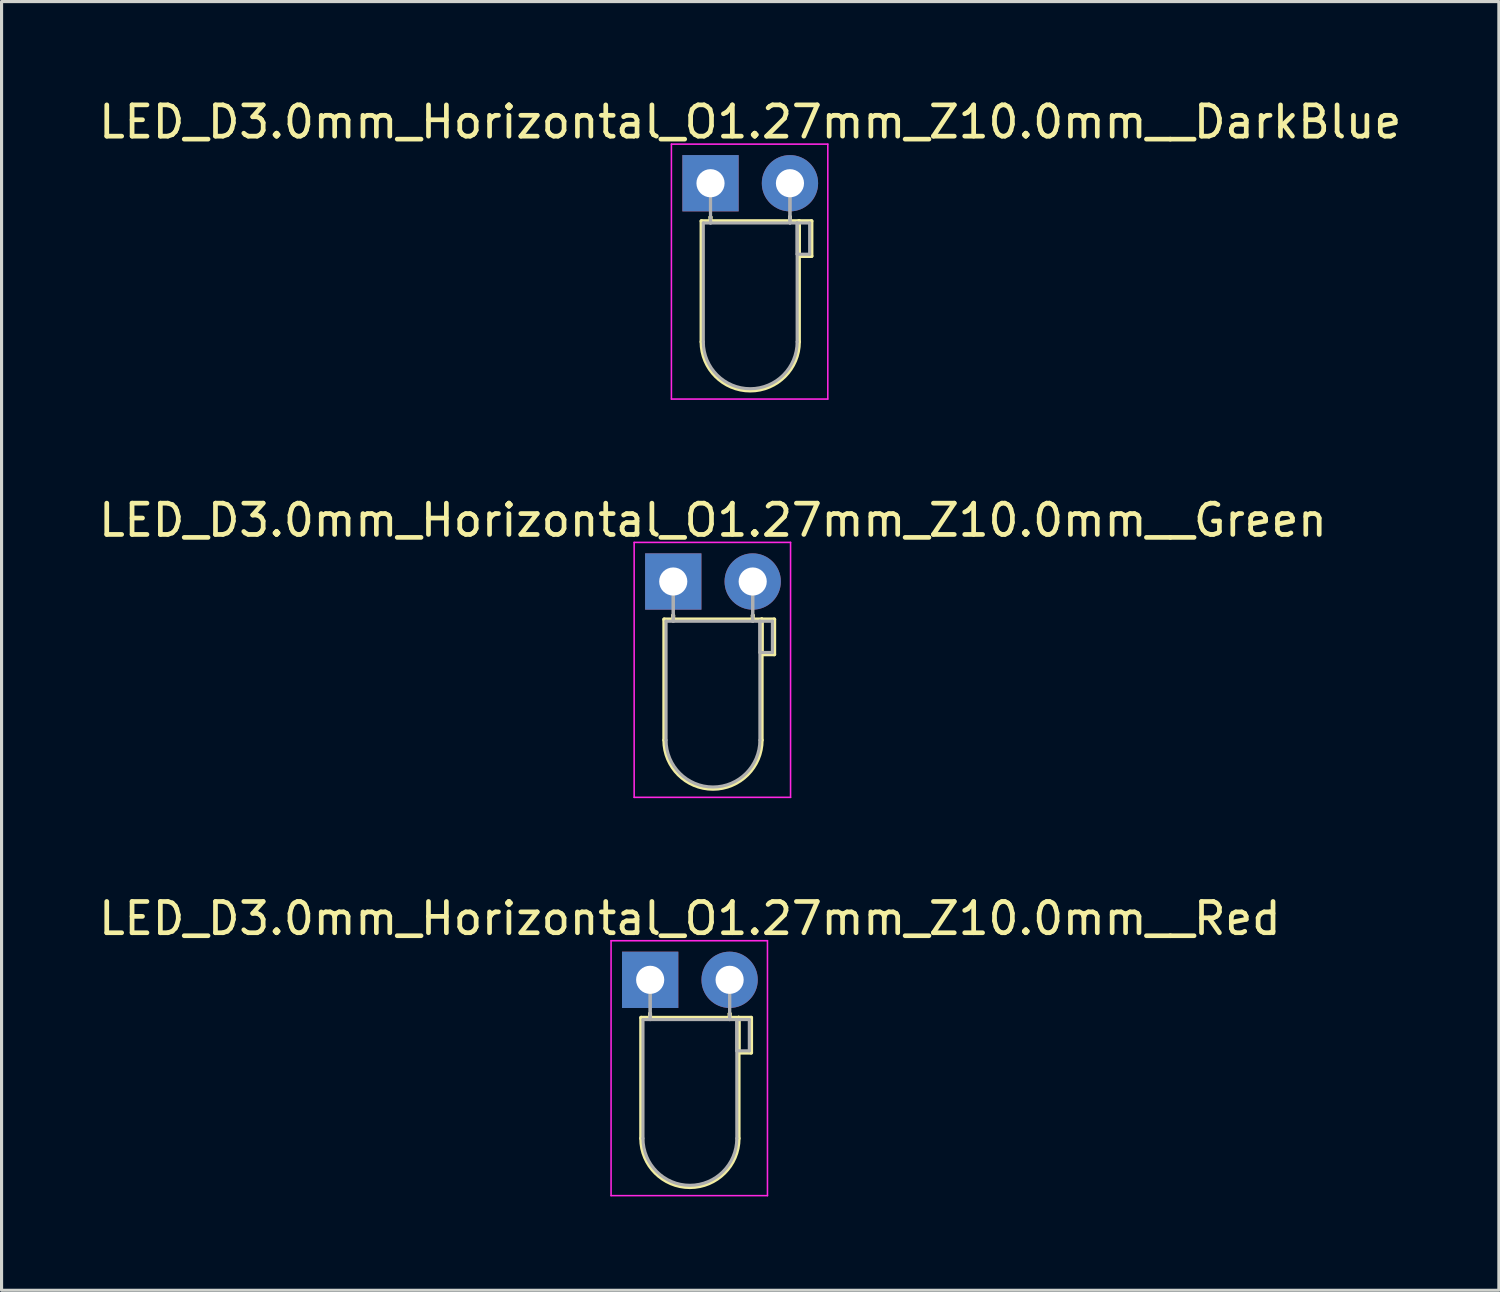
<source format=kicad_pcb>
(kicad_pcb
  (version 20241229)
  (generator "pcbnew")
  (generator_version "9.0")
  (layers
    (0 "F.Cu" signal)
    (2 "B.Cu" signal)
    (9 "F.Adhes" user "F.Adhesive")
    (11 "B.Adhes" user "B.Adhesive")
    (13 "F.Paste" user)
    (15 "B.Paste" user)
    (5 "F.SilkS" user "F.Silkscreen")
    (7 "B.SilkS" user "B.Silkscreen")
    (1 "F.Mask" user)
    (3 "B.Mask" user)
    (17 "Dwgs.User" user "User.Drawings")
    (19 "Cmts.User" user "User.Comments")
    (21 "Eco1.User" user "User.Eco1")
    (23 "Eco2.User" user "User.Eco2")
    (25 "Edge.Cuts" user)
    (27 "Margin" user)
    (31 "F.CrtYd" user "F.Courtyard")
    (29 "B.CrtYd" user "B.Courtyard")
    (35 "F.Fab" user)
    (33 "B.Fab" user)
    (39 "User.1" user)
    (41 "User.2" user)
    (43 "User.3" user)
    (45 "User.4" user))
  (footprint "LED_D3.0mm_Horizontal_O1.27mm_Z10.0mm__Green"
    (layer "F.Cu")
    (at 18.474 15.541)
    (property "Reference" "LED_D3.0mm_Horizontal_O1.27mm_Z10.0mm__Green" (at 1.27 -1.96 0) (layer "F.SilkS") (effects (font (size 1 1) (thickness 0.15))))
    (attr through_hole)
    (fp_line (start -0.29 1.21) (end -0.29 5.07) (stroke (width 0.12) (type solid)) (layer "F.SilkS"))
    (fp_line (start -0.29 1.21) (end 2.83 1.21) (stroke (width 0.12) (type solid)) (layer "F.SilkS"))
    (fp_line (start 0 1.08) (end 0 1.08) (stroke (width 0.12) (type solid)) (layer "F.SilkS"))
    (fp_line (start 0 1.08) (end 0 1.21) (stroke (width 0.12) (type solid)) (layer "F.SilkS"))
    (fp_line (start 0 1.21) (end 0 1.08) (stroke (width 0.12) (type solid)) (layer "F.SilkS"))
    (fp_line (start 0 1.21) (end 0 1.21) (stroke (width 0.12) (type solid)) (layer "F.SilkS"))
    (fp_line (start 2.54 1.08) (end 2.54 1.08) (stroke (width 0.12) (type solid)) (layer "F.SilkS"))
    (fp_line (start 2.54 1.08) (end 2.54 1.21) (stroke (width 0.12) (type solid)) (layer "F.SilkS"))
    (fp_line (start 2.54 1.21) (end 2.54 1.08) (stroke (width 0.12) (type solid)) (layer "F.SilkS"))
    (fp_line (start 2.54 1.21) (end 2.54 1.21) (stroke (width 0.12) (type solid)) (layer "F.SilkS"))
    (fp_line (start 2.83 1.21) (end 2.83 5.07) (stroke (width 0.12) (type solid)) (layer "F.SilkS"))
    (fp_line (start 2.83 1.21) (end 3.23 1.21) (stroke (width 0.12) (type solid)) (layer "F.SilkS"))
    (fp_line (start 2.83 2.33) (end 2.83 1.21) (stroke (width 0.12) (type solid)) (layer "F.SilkS"))
    (fp_line (start 3.23 1.21) (end 3.23 2.33) (stroke (width 0.12) (type solid)) (layer "F.SilkS"))
    (fp_line (start 3.23 2.33) (end 2.83 2.33) (stroke (width 0.12) (type solid)) (layer "F.SilkS"))
    (fp_arc (start 2.83 5.07) (mid 1.27 6.63) (end -0.29 5.07) (stroke (width 0.12) (type solid)) (layer "F.SilkS"))
    (fp_line (start -1.25 -1.25) (end -1.25 6.9) (stroke (width 0.05) (type solid)) (layer "F.CrtYd"))
    (fp_line (start -1.25 6.9) (end 3.75 6.9) (stroke (width 0.05) (type solid)) (layer "F.CrtYd"))
    (fp_line (start 3.75 -1.25) (end -1.25 -1.25) (stroke (width 0.05) (type solid)) (layer "F.CrtYd"))
    (fp_line (start 3.75 6.9) (end 3.75 -1.25) (stroke (width 0.05) (type solid)) (layer "F.CrtYd"))
    (fp_line (start -0.23 1.27) (end -0.23 5.07) (stroke (width 0.1) (type solid)) (layer "F.Fab"))
    (fp_line (start -0.23 1.27) (end 2.77 1.27) (stroke (width 0.1) (type solid)) (layer "F.Fab"))
    (fp_line (start 0 0) (end 0 0) (stroke (width 0.1) (type solid)) (layer "F.Fab"))
    (fp_line (start 0 0) (end 0 1.27) (stroke (width 0.1) (type solid)) (layer "F.Fab"))
    (fp_line (start 0 1.27) (end 0 0) (stroke (width 0.1) (type solid)) (layer "F.Fab"))
    (fp_line (start 0 1.27) (end 0 1.27) (stroke (width 0.1) (type solid)) (layer "F.Fab"))
    (fp_line (start 2.54 0) (end 2.54 0) (stroke (width 0.1) (type solid)) (layer "F.Fab"))
    (fp_line (start 2.54 0) (end 2.54 1.27) (stroke (width 0.1) (type solid)) (layer "F.Fab"))
    (fp_line (start 2.54 1.27) (end 2.54 0) (stroke (width 0.1) (type solid)) (layer "F.Fab"))
    (fp_line (start 2.54 1.27) (end 2.54 1.27) (stroke (width 0.1) (type solid)) (layer "F.Fab"))
    (fp_line (start 2.77 1.27) (end 2.77 5.07) (stroke (width 0.1) (type solid)) (layer "F.Fab"))
    (fp_line (start 2.77 1.27) (end 3.17 1.27) (stroke (width 0.1) (type solid)) (layer "F.Fab"))
    (fp_line (start 2.77 2.27) (end 2.77 1.27) (stroke (width 0.1) (type solid)) (layer "F.Fab"))
    (fp_line (start 3.17 1.27) (end 3.17 2.27) (stroke (width 0.1) (type solid)) (layer "F.Fab"))
    (fp_line (start 3.17 2.27) (end 2.77 2.27) (stroke (width 0.1) (type solid)) (layer "F.Fab"))
    (fp_arc (start 2.77 5.07) (mid 1.27 6.57) (end -0.23 5.07) (stroke (width 0.1) (type solid)) (layer "F.Fab"))
    (pad "1" thru_hole rect (at 0 0) (size 1.8 1.8) (drill 0.9) (layers "*.Cu" "*.Mask"))
    (pad "2" thru_hole circle (at 2.54 0) (size 1.8 1.8) (drill 0.9) (layers "*.Cu" "*.Mask")))
  (footprint "LED_D3.0mm_Horizontal_O1.27mm_Z10.0mm__DarkBlue"
    (layer "F.Cu")
    (at 19.665 2.808)
    (property "Reference" "LED_D3.0mm_Horizontal_O1.27mm_Z10.0mm__DarkBlue" (at 1.27 -1.96 0) (layer "F.SilkS") (effects (font (size 1 1) (thickness 0.15))))
    (attr through_hole)
    (fp_line (start -0.29 1.21) (end -0.29 5.07) (stroke (width 0.12) (type solid)) (layer "F.SilkS"))
    (fp_line (start -0.29 1.21) (end 2.83 1.21) (stroke (width 0.12) (type solid)) (layer "F.SilkS"))
    (fp_line (start 0 1.08) (end 0 1.08) (stroke (width 0.12) (type solid)) (layer "F.SilkS"))
    (fp_line (start 0 1.08) (end 0 1.21) (stroke (width 0.12) (type solid)) (layer "F.SilkS"))
    (fp_line (start 0 1.21) (end 0 1.08) (stroke (width 0.12) (type solid)) (layer "F.SilkS"))
    (fp_line (start 0 1.21) (end 0 1.21) (stroke (width 0.12) (type solid)) (layer "F.SilkS"))
    (fp_line (start 2.54 1.08) (end 2.54 1.08) (stroke (width 0.12) (type solid)) (layer "F.SilkS"))
    (fp_line (start 2.54 1.08) (end 2.54 1.21) (stroke (width 0.12) (type solid)) (layer "F.SilkS"))
    (fp_line (start 2.54 1.21) (end 2.54 1.08) (stroke (width 0.12) (type solid)) (layer "F.SilkS"))
    (fp_line (start 2.54 1.21) (end 2.54 1.21) (stroke (width 0.12) (type solid)) (layer "F.SilkS"))
    (fp_line (start 2.83 1.21) (end 2.83 5.07) (stroke (width 0.12) (type solid)) (layer "F.SilkS"))
    (fp_line (start 2.83 1.21) (end 3.23 1.21) (stroke (width 0.12) (type solid)) (layer "F.SilkS"))
    (fp_line (start 2.83 2.33) (end 2.83 1.21) (stroke (width 0.12) (type solid)) (layer "F.SilkS"))
    (fp_line (start 3.23 1.21) (end 3.23 2.33) (stroke (width 0.12) (type solid)) (layer "F.SilkS"))
    (fp_line (start 3.23 2.33) (end 2.83 2.33) (stroke (width 0.12) (type solid)) (layer "F.SilkS"))
    (fp_arc (start 2.83 5.07) (mid 1.27 6.63) (end -0.29 5.07) (stroke (width 0.12) (type solid)) (layer "F.SilkS"))
    (fp_line (start -1.25 -1.25) (end -1.25 6.9) (stroke (width 0.05) (type solid)) (layer "F.CrtYd"))
    (fp_line (start -1.25 6.9) (end 3.75 6.9) (stroke (width 0.05) (type solid)) (layer "F.CrtYd"))
    (fp_line (start 3.75 -1.25) (end -1.25 -1.25) (stroke (width 0.05) (type solid)) (layer "F.CrtYd"))
    (fp_line (start 3.75 6.9) (end 3.75 -1.25) (stroke (width 0.05) (type solid)) (layer "F.CrtYd"))
    (fp_line (start -0.23 1.27) (end -0.23 5.07) (stroke (width 0.1) (type solid)) (layer "F.Fab"))
    (fp_line (start -0.23 1.27) (end 2.77 1.27) (stroke (width 0.1) (type solid)) (layer "F.Fab"))
    (fp_line (start 0 0) (end 0 0) (stroke (width 0.1) (type solid)) (layer "F.Fab"))
    (fp_line (start 0 0) (end 0 1.27) (stroke (width 0.1) (type solid)) (layer "F.Fab"))
    (fp_line (start 0 1.27) (end 0 0) (stroke (width 0.1) (type solid)) (layer "F.Fab"))
    (fp_line (start 0 1.27) (end 0 1.27) (stroke (width 0.1) (type solid)) (layer "F.Fab"))
    (fp_line (start 2.54 0) (end 2.54 0) (stroke (width 0.1) (type solid)) (layer "F.Fab"))
    (fp_line (start 2.54 0) (end 2.54 1.27) (stroke (width 0.1) (type solid)) (layer "F.Fab"))
    (fp_line (start 2.54 1.27) (end 2.54 0) (stroke (width 0.1) (type solid)) (layer "F.Fab"))
    (fp_line (start 2.54 1.27) (end 2.54 1.27) (stroke (width 0.1) (type solid)) (layer "F.Fab"))
    (fp_line (start 2.77 1.27) (end 2.77 5.07) (stroke (width 0.1) (type solid)) (layer "F.Fab"))
    (fp_line (start 2.77 1.27) (end 3.17 1.27) (stroke (width 0.1) (type solid)) (layer "F.Fab"))
    (fp_line (start 2.77 2.27) (end 2.77 1.27) (stroke (width 0.1) (type solid)) (layer "F.Fab"))
    (fp_line (start 3.17 1.27) (end 3.17 2.27) (stroke (width 0.1) (type solid)) (layer "F.Fab"))
    (fp_line (start 3.17 2.27) (end 2.77 2.27) (stroke (width 0.1) (type solid)) (layer "F.Fab"))
    (fp_arc (start 2.77 5.07) (mid 1.27 6.57) (end -0.23 5.07) (stroke (width 0.1) (type solid)) (layer "F.Fab"))
    (pad "1" thru_hole rect (at 0 0) (size 1.8 1.8) (drill 0.9) (layers "*.Cu" "*.Mask"))
    (pad "2" thru_hole circle (at 2.54 0) (size 1.8 1.8) (drill 0.9) (layers "*.Cu" "*.Mask")))
  (footprint "LED_D3.0mm_Horizontal_O1.27mm_Z10.0mm__Red"
    (layer "F.Cu")
    (at 17.736 28.275)
    (property "Reference" "LED_D3.0mm_Horizontal_O1.27mm_Z10.0mm__Red" (at 1.27 -1.96 0) (layer "F.SilkS") (effects (font (size 1 1) (thickness 0.15))))
    (attr through_hole)
    (fp_line (start -0.29 1.21) (end -0.29 5.07) (stroke (width 0.12) (type solid)) (layer "F.SilkS"))
    (fp_line (start -0.29 1.21) (end 2.83 1.21) (stroke (width 0.12) (type solid)) (layer "F.SilkS"))
    (fp_line (start 0 1.08) (end 0 1.08) (stroke (width 0.12) (type solid)) (layer "F.SilkS"))
    (fp_line (start 0 1.08) (end 0 1.21) (stroke (width 0.12) (type solid)) (layer "F.SilkS"))
    (fp_line (start 0 1.21) (end 0 1.08) (stroke (width 0.12) (type solid)) (layer "F.SilkS"))
    (fp_line (start 0 1.21) (end 0 1.21) (stroke (width 0.12) (type solid)) (layer "F.SilkS"))
    (fp_line (start 2.54 1.08) (end 2.54 1.08) (stroke (width 0.12) (type solid)) (layer "F.SilkS"))
    (fp_line (start 2.54 1.08) (end 2.54 1.21) (stroke (width 0.12) (type solid)) (layer "F.SilkS"))
    (fp_line (start 2.54 1.21) (end 2.54 1.08) (stroke (width 0.12) (type solid)) (layer "F.SilkS"))
    (fp_line (start 2.54 1.21) (end 2.54 1.21) (stroke (width 0.12) (type solid)) (layer "F.SilkS"))
    (fp_line (start 2.83 1.21) (end 2.83 5.07) (stroke (width 0.12) (type solid)) (layer "F.SilkS"))
    (fp_line (start 2.83 1.21) (end 3.23 1.21) (stroke (width 0.12) (type solid)) (layer "F.SilkS"))
    (fp_line (start 2.83 2.33) (end 2.83 1.21) (stroke (width 0.12) (type solid)) (layer "F.SilkS"))
    (fp_line (start 3.23 1.21) (end 3.23 2.33) (stroke (width 0.12) (type solid)) (layer "F.SilkS"))
    (fp_line (start 3.23 2.33) (end 2.83 2.33) (stroke (width 0.12) (type solid)) (layer "F.SilkS"))
    (fp_arc (start 2.83 5.07) (mid 1.27 6.63) (end -0.29 5.07) (stroke (width 0.12) (type solid)) (layer "F.SilkS"))
    (fp_line (start -1.25 -1.25) (end -1.25 6.9) (stroke (width 0.05) (type solid)) (layer "F.CrtYd"))
    (fp_line (start -1.25 6.9) (end 3.75 6.9) (stroke (width 0.05) (type solid)) (layer "F.CrtYd"))
    (fp_line (start 3.75 -1.25) (end -1.25 -1.25) (stroke (width 0.05) (type solid)) (layer "F.CrtYd"))
    (fp_line (start 3.75 6.9) (end 3.75 -1.25) (stroke (width 0.05) (type solid)) (layer "F.CrtYd"))
    (fp_line (start -0.23 1.27) (end -0.23 5.07) (stroke (width 0.1) (type solid)) (layer "F.Fab"))
    (fp_line (start -0.23 1.27) (end 2.77 1.27) (stroke (width 0.1) (type solid)) (layer "F.Fab"))
    (fp_line (start 0 0) (end 0 0) (stroke (width 0.1) (type solid)) (layer "F.Fab"))
    (fp_line (start 0 0) (end 0 1.27) (stroke (width 0.1) (type solid)) (layer "F.Fab"))
    (fp_line (start 0 1.27) (end 0 0) (stroke (width 0.1) (type solid)) (layer "F.Fab"))
    (fp_line (start 0 1.27) (end 0 1.27) (stroke (width 0.1) (type solid)) (layer "F.Fab"))
    (fp_line (start 2.54 0) (end 2.54 0) (stroke (width 0.1) (type solid)) (layer "F.Fab"))
    (fp_line (start 2.54 0) (end 2.54 1.27) (stroke (width 0.1) (type solid)) (layer "F.Fab"))
    (fp_line (start 2.54 1.27) (end 2.54 0) (stroke (width 0.1) (type solid)) (layer "F.Fab"))
    (fp_line (start 2.54 1.27) (end 2.54 1.27) (stroke (width 0.1) (type solid)) (layer "F.Fab"))
    (fp_line (start 2.77 1.27) (end 2.77 5.07) (stroke (width 0.1) (type solid)) (layer "F.Fab"))
    (fp_line (start 2.77 1.27) (end 3.17 1.27) (stroke (width 0.1) (type solid)) (layer "F.Fab"))
    (fp_line (start 2.77 2.27) (end 2.77 1.27) (stroke (width 0.1) (type solid)) (layer "F.Fab"))
    (fp_line (start 3.17 1.27) (end 3.17 2.27) (stroke (width 0.1) (type solid)) (layer "F.Fab"))
    (fp_line (start 3.17 2.27) (end 2.77 2.27) (stroke (width 0.1) (type solid)) (layer "F.Fab"))
    (fp_arc (start 2.77 5.07) (mid 1.27 6.57) (end -0.23 5.07) (stroke (width 0.1) (type solid)) (layer "F.Fab"))
    (pad "1" thru_hole rect (at 0 0) (size 1.8 1.8) (drill 0.9) (layers "*.Cu" "*.Mask"))
    (pad "2" thru_hole circle (at 2.54 0) (size 1.8 1.8) (drill 0.9) (layers "*.Cu" "*.Mask")))
  (gr_rect
    (start -3 -3)
    (end 44.869 38.2)
    (stroke (width 0.1) (type default))
    (fill no)
    (layer "Edge.Cuts")))
</source>
